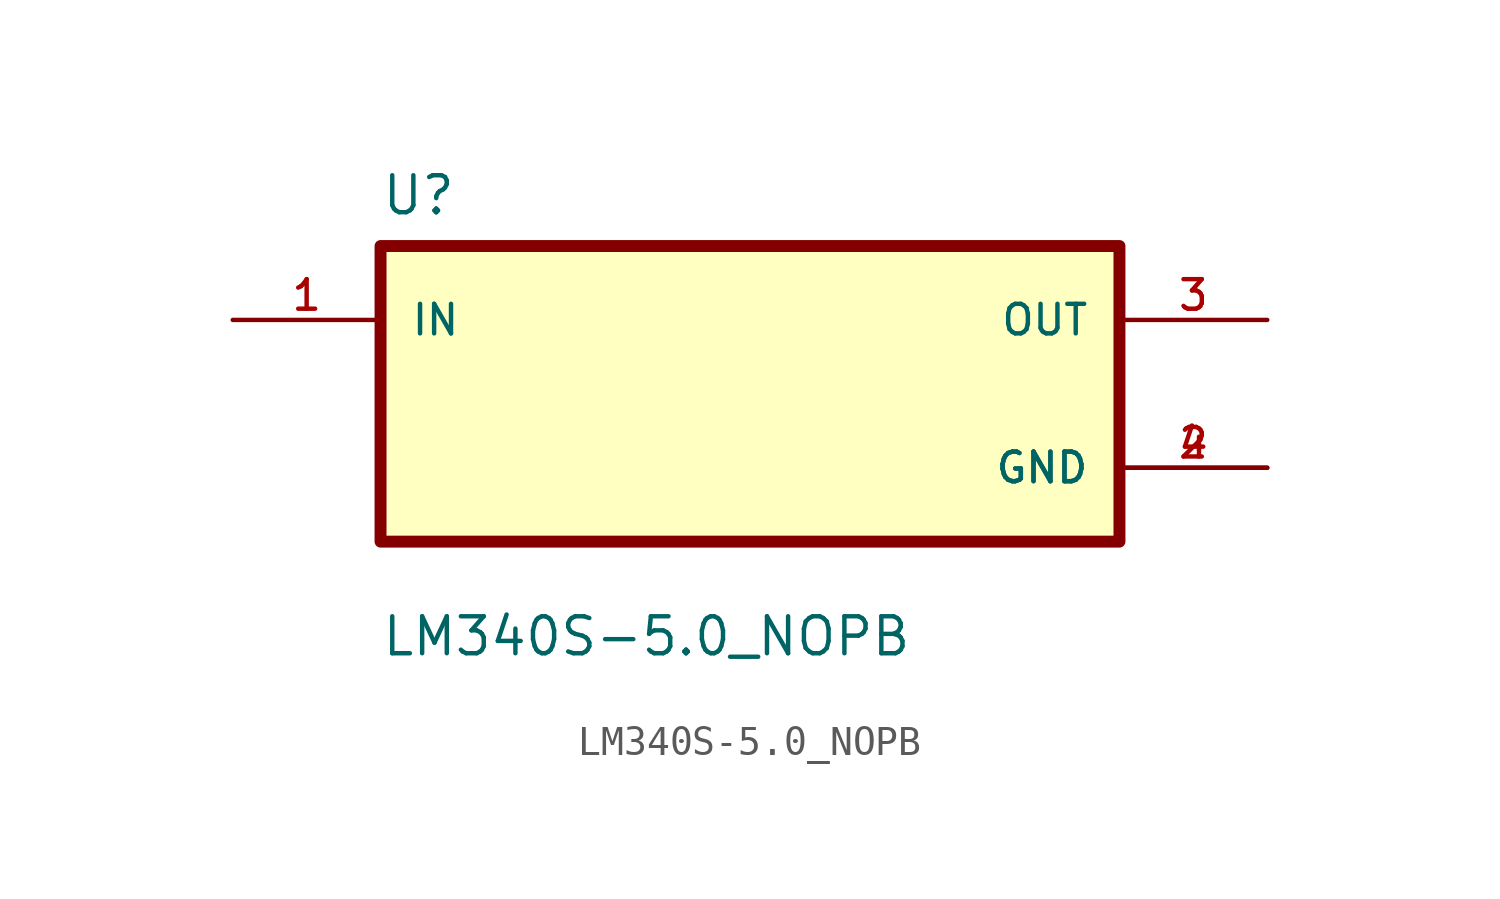
<source format=kicad_sym>
(kicad_symbol_lib
  (version 20211014)
  (generator kicad_symbol_editor)
  (symbol "LM340S-5.0_NOPB"
    (pin_names
      (offset 1.016))
    (property "Reference" "U"
      (at -12.7 6.08 0.0)
      (effects (font (size 1.27 1.27)) (justify bottom left)))
    (property "Value" "LM340S-5.0_NOPB"
      (at -12.7 -9.08 0.0)
      (effects (font (size 1.27 1.27)) (justify bottom left)))
    (symbol "LM340S-5.0_NOPB_0_0"
      (rectangle (start -12.7 -5.08) (end 12.7 5.08) (stroke (width 0.41)) (fill (type background)))
      (pin input line (at -17.78 2.54 0) (length 5.08) (name "IN" (effects (font (size 1.016 1.016)))) (number "1" (effects (font (size 1.016 1.016)))))
      (pin output line (at 17.78 2.54 180.0) (length 5.08) (name "OUT" (effects (font (size 1.016 1.016)))) (number "3" (effects (font (size 1.016 1.016)))))
      (pin power_in line (at 17.78 -2.54 180.0) (length 5.08) (name "GND" (effects (font (size 1.016 1.016)))) (number "2" (effects (font (size 1.016 1.016)))))
      (pin power_in line (at 17.78 -2.54 180.0) (length 5.08) (name "GND" (effects (font (size 1.016 1.016)))) (number "4" (effects (font (size 1.016 1.016))))))))
</source>
